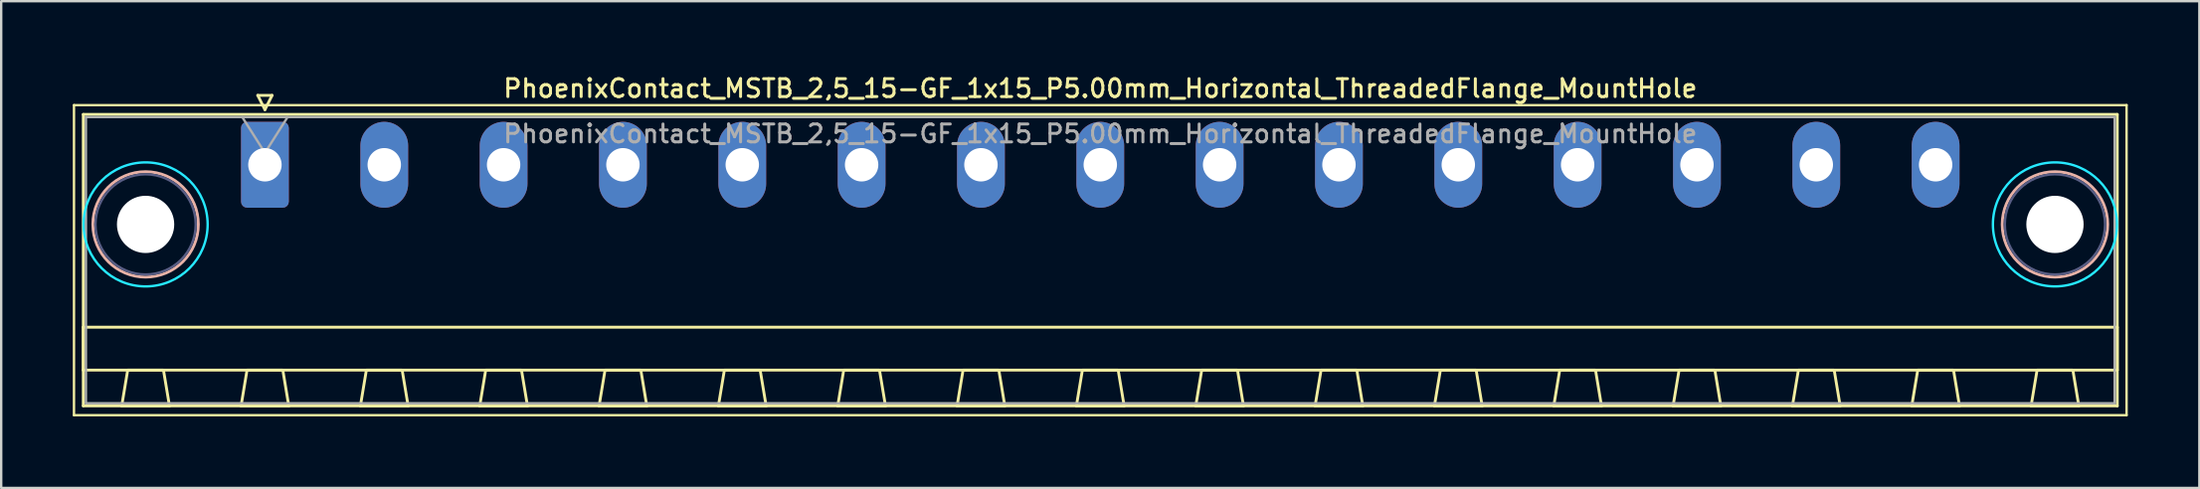
<source format=kicad_pcb>
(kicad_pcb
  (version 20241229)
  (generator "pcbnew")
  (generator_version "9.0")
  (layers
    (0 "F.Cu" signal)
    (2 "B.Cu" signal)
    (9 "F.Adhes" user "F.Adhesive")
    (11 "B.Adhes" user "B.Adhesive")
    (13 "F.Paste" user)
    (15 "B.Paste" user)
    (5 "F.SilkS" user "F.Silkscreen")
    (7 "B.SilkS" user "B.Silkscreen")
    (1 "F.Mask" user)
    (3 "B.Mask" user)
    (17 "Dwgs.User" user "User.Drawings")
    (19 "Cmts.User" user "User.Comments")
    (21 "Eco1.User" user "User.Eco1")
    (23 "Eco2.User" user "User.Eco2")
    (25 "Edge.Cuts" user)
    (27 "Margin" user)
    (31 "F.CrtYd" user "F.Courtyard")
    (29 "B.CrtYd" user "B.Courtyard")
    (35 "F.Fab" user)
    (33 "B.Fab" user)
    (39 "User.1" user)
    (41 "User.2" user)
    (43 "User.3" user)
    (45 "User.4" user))
  (footprint "PhoenixContact_MSTB_2,5_15-GF_1x15_P5.00mm_Horizontal_ThreadedFlange_MountHole"
    (layer "F.Cu")
    (at 8.05 3.858)
    (property "Reference" "PhoenixContact_MSTB_2,5_15-GF_1x15_P5.00mm_Horizontal_ThreadedFlange_MountHole" (at 35 -3.2 0) (layer "F.SilkS") (effects (font (size 0.75 0.75) (thickness 0.125))))
    (attr through_hole)
    (fp_line (start -8 -2.5) (end -8 10.5) (stroke (width 0.1) (type solid)) (layer "F.SilkS"))
    (fp_line (start -8 10.5) (end 78 10.5) (stroke (width 0.1) (type solid)) (layer "F.SilkS"))
    (fp_line (start -7.61 -2.11) (end -7.61 10.11) (stroke (width 0.12) (type solid)) (layer "F.SilkS"))
    (fp_line (start -7.61 6.81) (end 77.61 6.81) (stroke (width 0.12) (type solid)) (layer "F.SilkS"))
    (fp_line (start -7.61 8.61) (end -7.61 6.81) (stroke (width 0.12) (type solid)) (layer "F.SilkS"))
    (fp_line (start -7.61 10.11) (end 77.61 10.11) (stroke (width 0.12) (type solid)) (layer "F.SilkS"))
    (fp_line (start -6 10.11) (end -4 10.11) (stroke (width 0.12) (type solid)) (layer "F.SilkS"))
    (fp_line (start -5.75 8.61) (end -6 10.11) (stroke (width 0.12) (type solid)) (layer "F.SilkS"))
    (fp_line (start -4.25 8.61) (end -5.75 8.61) (stroke (width 0.12) (type solid)) (layer "F.SilkS"))
    (fp_line (start -4 10.11) (end -4.25 8.61) (stroke (width 0.12) (type solid)) (layer "F.SilkS"))
    (fp_line (start -1 10.11) (end 1 10.11) (stroke (width 0.12) (type solid)) (layer "F.SilkS"))
    (fp_line (start -0.75 8.61) (end -1 10.11) (stroke (width 0.12) (type solid)) (layer "F.SilkS"))
    (fp_line (start -0.3 -2.91) (end 0.3 -2.91) (stroke (width 0.12) (type solid)) (layer "F.SilkS"))
    (fp_line (start 0 -2.31) (end -0.3 -2.91) (stroke (width 0.12) (type solid)) (layer "F.SilkS"))
    (fp_line (start 0.3 -2.91) (end 0 -2.31) (stroke (width 0.12) (type solid)) (layer "F.SilkS"))
    (fp_line (start 0.75 8.61) (end -0.75 8.61) (stroke (width 0.12) (type solid)) (layer "F.SilkS"))
    (fp_line (start 1 10.11) (end 0.75 8.61) (stroke (width 0.12) (type solid)) (layer "F.SilkS"))
    (fp_line (start 4 10.11) (end 6 10.11) (stroke (width 0.12) (type solid)) (layer "F.SilkS"))
    (fp_line (start 4.25 8.61) (end 4 10.11) (stroke (width 0.12) (type solid)) (layer "F.SilkS"))
    (fp_line (start 5.75 8.61) (end 4.25 8.61) (stroke (width 0.12) (type solid)) (layer "F.SilkS"))
    (fp_line (start 6 10.11) (end 5.75 8.61) (stroke (width 0.12) (type solid)) (layer "F.SilkS"))
    (fp_line (start 9 10.11) (end 11 10.11) (stroke (width 0.12) (type solid)) (layer "F.SilkS"))
    (fp_line (start 9.25 8.61) (end 9 10.11) (stroke (width 0.12) (type solid)) (layer "F.SilkS"))
    (fp_line (start 10.75 8.61) (end 9.25 8.61) (stroke (width 0.12) (type solid)) (layer "F.SilkS"))
    (fp_line (start 11 10.11) (end 10.75 8.61) (stroke (width 0.12) (type solid)) (layer "F.SilkS"))
    (fp_line (start 14 10.11) (end 16 10.11) (stroke (width 0.12) (type solid)) (layer "F.SilkS"))
    (fp_line (start 14.25 8.61) (end 14 10.11) (stroke (width 0.12) (type solid)) (layer "F.SilkS"))
    (fp_line (start 15.75 8.61) (end 14.25 8.61) (stroke (width 0.12) (type solid)) (layer "F.SilkS"))
    (fp_line (start 16 10.11) (end 15.75 8.61) (stroke (width 0.12) (type solid)) (layer "F.SilkS"))
    (fp_line (start 19 10.11) (end 21 10.11) (stroke (width 0.12) (type solid)) (layer "F.SilkS"))
    (fp_line (start 19.25 8.61) (end 19 10.11) (stroke (width 0.12) (type solid)) (layer "F.SilkS"))
    (fp_line (start 20.75 8.61) (end 19.25 8.61) (stroke (width 0.12) (type solid)) (layer "F.SilkS"))
    (fp_line (start 21 10.11) (end 20.75 8.61) (stroke (width 0.12) (type solid)) (layer "F.SilkS"))
    (fp_line (start 24 10.11) (end 26 10.11) (stroke (width 0.12) (type solid)) (layer "F.SilkS"))
    (fp_line (start 24.25 8.61) (end 24 10.11) (stroke (width 0.12) (type solid)) (layer "F.SilkS"))
    (fp_line (start 25.75 8.61) (end 24.25 8.61) (stroke (width 0.12) (type solid)) (layer "F.SilkS"))
    (fp_line (start 26 10.11) (end 25.75 8.61) (stroke (width 0.12) (type solid)) (layer "F.SilkS"))
    (fp_line (start 29 10.11) (end 31 10.11) (stroke (width 0.12) (type solid)) (layer "F.SilkS"))
    (fp_line (start 29.25 8.61) (end 29 10.11) (stroke (width 0.12) (type solid)) (layer "F.SilkS"))
    (fp_line (start 30.75 8.61) (end 29.25 8.61) (stroke (width 0.12) (type solid)) (layer "F.SilkS"))
    (fp_line (start 31 10.11) (end 30.75 8.61) (stroke (width 0.12) (type solid)) (layer "F.SilkS"))
    (fp_line (start 34 10.11) (end 36 10.11) (stroke (width 0.12) (type solid)) (layer "F.SilkS"))
    (fp_line (start 34.25 8.61) (end 34 10.11) (stroke (width 0.12) (type solid)) (layer "F.SilkS"))
    (fp_line (start 35.75 8.61) (end 34.25 8.61) (stroke (width 0.12) (type solid)) (layer "F.SilkS"))
    (fp_line (start 36 10.11) (end 35.75 8.61) (stroke (width 0.12) (type solid)) (layer "F.SilkS"))
    (fp_line (start 39 10.11) (end 41 10.11) (stroke (width 0.12) (type solid)) (layer "F.SilkS"))
    (fp_line (start 39.25 8.61) (end 39 10.11) (stroke (width 0.12) (type solid)) (layer "F.SilkS"))
    (fp_line (start 40.75 8.61) (end 39.25 8.61) (stroke (width 0.12) (type solid)) (layer "F.SilkS"))
    (fp_line (start 41 10.11) (end 40.75 8.61) (stroke (width 0.12) (type solid)) (layer "F.SilkS"))
    (fp_line (start 44 10.11) (end 46 10.11) (stroke (width 0.12) (type solid)) (layer "F.SilkS"))
    (fp_line (start 44.25 8.61) (end 44 10.11) (stroke (width 0.12) (type solid)) (layer "F.SilkS"))
    (fp_line (start 45.75 8.61) (end 44.25 8.61) (stroke (width 0.12) (type solid)) (layer "F.SilkS"))
    (fp_line (start 46 10.11) (end 45.75 8.61) (stroke (width 0.12) (type solid)) (layer "F.SilkS"))
    (fp_line (start 49 10.11) (end 51 10.11) (stroke (width 0.12) (type solid)) (layer "F.SilkS"))
    (fp_line (start 49.25 8.61) (end 49 10.11) (stroke (width 0.12) (type solid)) (layer "F.SilkS"))
    (fp_line (start 50.75 8.61) (end 49.25 8.61) (stroke (width 0.12) (type solid)) (layer "F.SilkS"))
    (fp_line (start 51 10.11) (end 50.75 8.61) (stroke (width 0.12) (type solid)) (layer "F.SilkS"))
    (fp_line (start 54 10.11) (end 56 10.11) (stroke (width 0.12) (type solid)) (layer "F.SilkS"))
    (fp_line (start 54.25 8.61) (end 54 10.11) (stroke (width 0.12) (type solid)) (layer "F.SilkS"))
    (fp_line (start 55.75 8.61) (end 54.25 8.61) (stroke (width 0.12) (type solid)) (layer "F.SilkS"))
    (fp_line (start 56 10.11) (end 55.75 8.61) (stroke (width 0.12) (type solid)) (layer "F.SilkS"))
    (fp_line (start 59 10.11) (end 61 10.11) (stroke (width 0.12) (type solid)) (layer "F.SilkS"))
    (fp_line (start 59.25 8.61) (end 59 10.11) (stroke (width 0.12) (type solid)) (layer "F.SilkS"))
    (fp_line (start 60.75 8.61) (end 59.25 8.61) (stroke (width 0.12) (type solid)) (layer "F.SilkS"))
    (fp_line (start 61 10.11) (end 60.75 8.61) (stroke (width 0.12) (type solid)) (layer "F.SilkS"))
    (fp_line (start 64 10.11) (end 66 10.11) (stroke (width 0.12) (type solid)) (layer "F.SilkS"))
    (fp_line (start 64.25 8.61) (end 64 10.11) (stroke (width 0.12) (type solid)) (layer "F.SilkS"))
    (fp_line (start 65.75 8.61) (end 64.25 8.61) (stroke (width 0.12) (type solid)) (layer "F.SilkS"))
    (fp_line (start 66 10.11) (end 65.75 8.61) (stroke (width 0.12) (type solid)) (layer "F.SilkS"))
    (fp_line (start 69 10.11) (end 71 10.11) (stroke (width 0.12) (type solid)) (layer "F.SilkS"))
    (fp_line (start 69.25 8.61) (end 69 10.11) (stroke (width 0.12) (type solid)) (layer "F.SilkS"))
    (fp_line (start 70.75 8.61) (end 69.25 8.61) (stroke (width 0.12) (type solid)) (layer "F.SilkS"))
    (fp_line (start 71 10.11) (end 70.75 8.61) (stroke (width 0.12) (type solid)) (layer "F.SilkS"))
    (fp_line (start 74 10.11) (end 76 10.11) (stroke (width 0.12) (type solid)) (layer "F.SilkS"))
    (fp_line (start 74.25 8.61) (end 74 10.11) (stroke (width 0.12) (type solid)) (layer "F.SilkS"))
    (fp_line (start 75.75 8.61) (end 74.25 8.61) (stroke (width 0.12) (type solid)) (layer "F.SilkS"))
    (fp_line (start 76 10.11) (end 75.75 8.61) (stroke (width 0.12) (type solid)) (layer "F.SilkS"))
    (fp_line (start 77.61 -2.11) (end -7.61 -2.11) (stroke (width 0.12) (type solid)) (layer "F.SilkS"))
    (fp_line (start 77.61 6.81) (end 77.61 8.61) (stroke (width 0.12) (type solid)) (layer "F.SilkS"))
    (fp_line (start 77.61 8.61) (end -7.61 8.61) (stroke (width 0.12) (type solid)) (layer "F.SilkS"))
    (fp_line (start 77.61 10.11) (end 77.61 -2.11) (stroke (width 0.12) (type solid)) (layer "F.SilkS"))
    (fp_line (start 78 -2.5) (end -8 -2.5) (stroke (width 0.1) (type solid)) (layer "F.SilkS"))
    (fp_line (start 78 10.5) (end 78 -2.5) (stroke (width 0.1) (type solid)) (layer "F.SilkS"))
    (fp_circle (center -5 2.5) (end -2.79 2.5) (stroke (width 0.12) (type solid)) (fill no) (layer "B.SilkS"))
    (fp_circle (center 75 2.5) (end 77.21 2.5) (stroke (width 0.12) (type solid)) (fill no) (layer "B.SilkS"))
    (fp_circle (center -5 2.5) (end -2.4 2.5) (stroke (width 0.1) (type solid)) (fill no) (layer "B.CrtYd"))
    (fp_circle (center 75 2.5) (end 77.6 2.5) (stroke (width 0.1) (type solid)) (fill no) (layer "B.CrtYd"))
    (fp_circle (center -5 2.5) (end -2.9 2.5) (stroke (width 0.1) (type solid)) (fill no) (layer "B.Fab"))
    (fp_circle (center 75 2.5) (end 77.1 2.5) (stroke (width 0.1) (type solid)) (fill no) (layer "B.Fab"))
    (fp_line (start -7.5 -2) (end -7.5 10) (stroke (width 0.1) (type solid)) (layer "F.Fab"))
    (fp_line (start -7.5 10) (end 77.5 10) (stroke (width 0.1) (type solid)) (layer "F.Fab"))
    (fp_line (start 0 -0.5) (end -0.95 -2) (stroke (width 0.1) (type solid)) (layer "F.Fab"))
    (fp_line (start 0.95 -2) (end 0 -0.5) (stroke (width 0.1) (type solid)) (layer "F.Fab"))
    (fp_line (start 77.5 -2) (end -7.5 -2) (stroke (width 0.1) (type solid)) (layer "F.Fab"))
    (fp_line (start 77.5 10) (end 77.5 -2) (stroke (width 0.1) (type solid)) (layer "F.Fab"))
    (fp_text user "${REFERENCE}" (at 35 -1.3 0) (layer "F.Fab") (effects (font (size 0.75 0.75) (thickness 0.125))))
    (pad "" np_thru_hole circle (at -5 2.5) (size 2.4 2.4) (drill 2.4) (layers "*.Cu" "*.Mask"))
    (pad "" np_thru_hole circle (at 75 2.5) (size 2.4 2.4) (drill 2.4) (layers "*.Cu" "*.Mask"))
    (pad "1" thru_hole roundrect (at 0 0) (size 2 3.6) (drill 1.4) (layers "*.Cu" "*.Mask") (roundrect_rratio 0.125))
    (pad "2" thru_hole oval (at 5 0) (size 2 3.6) (drill 1.4) (layers "*.Cu" "*.Mask"))
    (pad "3" thru_hole oval (at 10 0) (size 2 3.6) (drill 1.4) (layers "*.Cu" "*.Mask"))
    (pad "4" thru_hole oval (at 15 0) (size 2 3.6) (drill 1.4) (layers "*.Cu" "*.Mask"))
    (pad "5" thru_hole oval (at 20 0) (size 2 3.6) (drill 1.4) (layers "*.Cu" "*.Mask"))
    (pad "6" thru_hole oval (at 25 0) (size 2 3.6) (drill 1.4) (layers "*.Cu" "*.Mask"))
    (pad "7" thru_hole oval (at 30 0) (size 2 3.6) (drill 1.4) (layers "*.Cu" "*.Mask"))
    (pad "8" thru_hole oval (at 35 0) (size 2 3.6) (drill 1.4) (layers "*.Cu" "*.Mask"))
    (pad "9" thru_hole oval (at 40 0) (size 2 3.6) (drill 1.4) (layers "*.Cu" "*.Mask"))
    (pad "10" thru_hole oval (at 45 0) (size 2 3.6) (drill 1.4) (layers "*.Cu" "*.Mask"))
    (pad "11" thru_hole oval (at 50 0) (size 2 3.6) (drill 1.4) (layers "*.Cu" "*.Mask"))
    (pad "12" thru_hole oval (at 55 0) (size 2 3.6) (drill 1.4) (layers "*.Cu" "*.Mask"))
    (pad "13" thru_hole oval (at 60 0) (size 2 3.6) (drill 1.4) (layers "*.Cu" "*.Mask"))
    (pad "14" thru_hole oval (at 65 0) (size 2 3.6) (drill 1.4) (layers "*.Cu" "*.Mask"))
    (pad "15" thru_hole oval (at 70 0) (size 2 3.6) (drill 1.4) (layers "*.Cu" "*.Mask")))
  (gr_rect
    (start -3 -3)
    (end 89.1 17.408)
    (stroke (width 0.1) (type default))
    (fill no)
    (layer "Edge.Cuts")))
</source>
